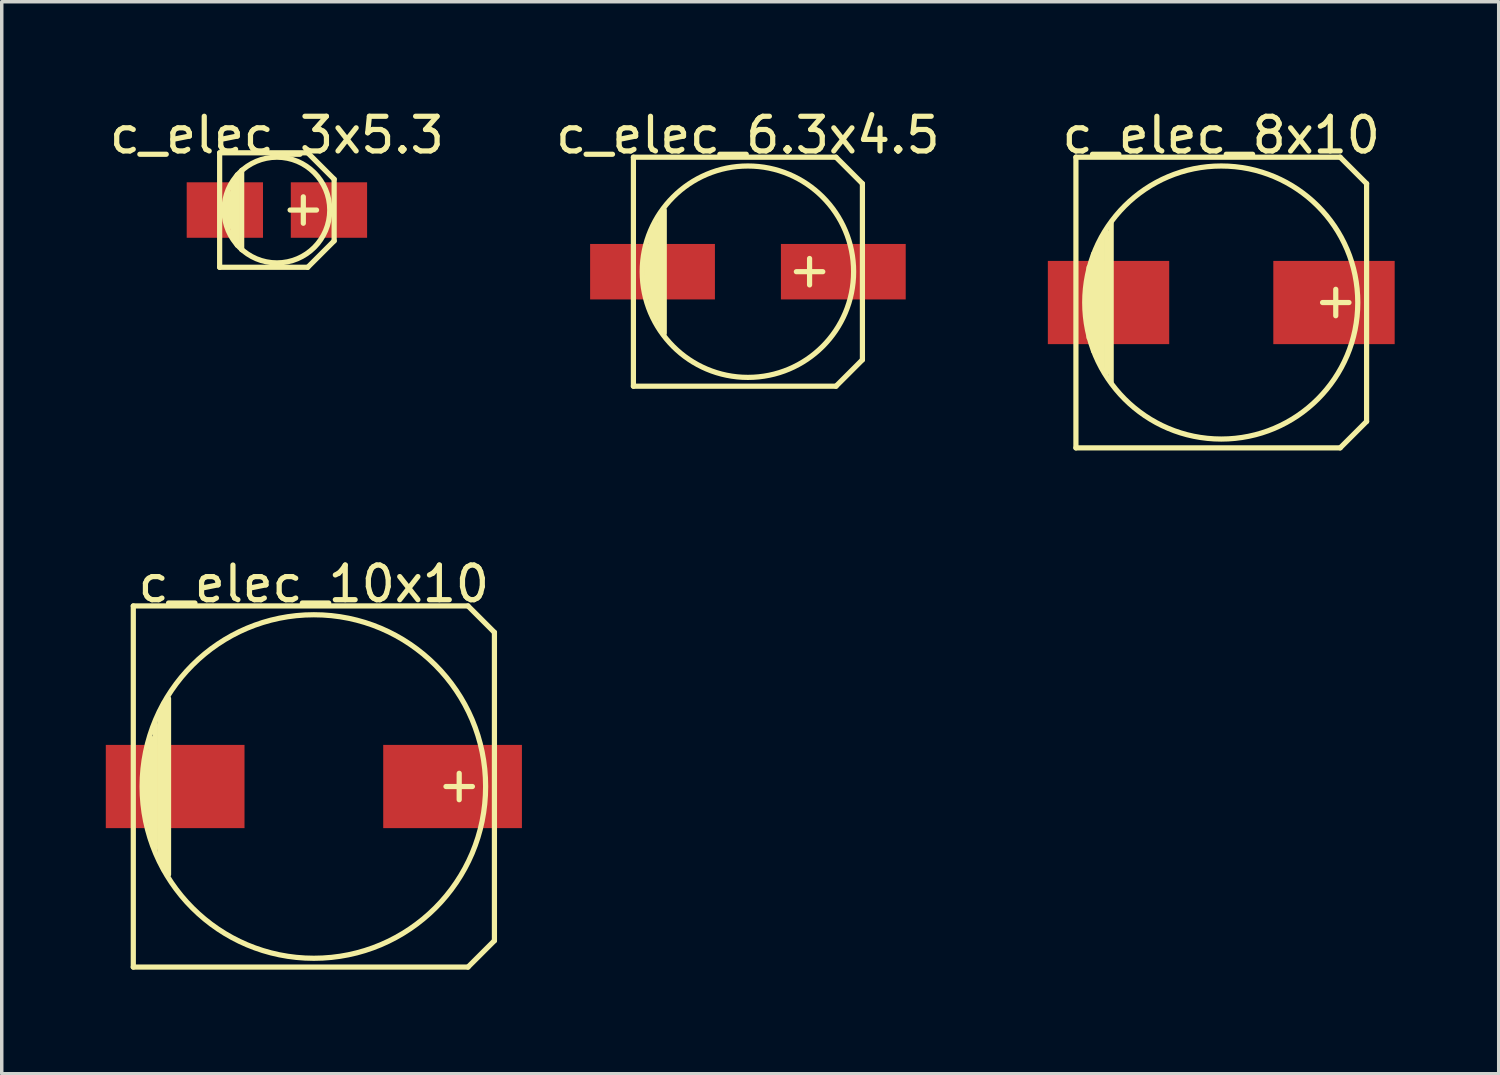
<source format=kicad_pcb>
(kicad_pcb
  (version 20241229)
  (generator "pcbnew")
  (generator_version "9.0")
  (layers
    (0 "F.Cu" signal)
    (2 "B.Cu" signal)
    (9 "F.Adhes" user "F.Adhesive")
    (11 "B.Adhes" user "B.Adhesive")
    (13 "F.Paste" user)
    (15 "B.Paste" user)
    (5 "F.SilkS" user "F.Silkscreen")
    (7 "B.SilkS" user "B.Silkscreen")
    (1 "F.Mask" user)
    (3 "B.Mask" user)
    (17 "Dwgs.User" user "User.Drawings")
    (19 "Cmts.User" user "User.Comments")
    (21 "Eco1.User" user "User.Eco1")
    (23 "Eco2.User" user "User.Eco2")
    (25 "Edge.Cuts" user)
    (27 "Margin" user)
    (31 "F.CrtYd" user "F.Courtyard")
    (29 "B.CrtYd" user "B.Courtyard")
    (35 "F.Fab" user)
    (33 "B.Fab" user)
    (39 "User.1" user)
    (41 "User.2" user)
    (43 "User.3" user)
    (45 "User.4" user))
  (footprint "c_elec_3x5.3"
    (layer "F.Cu")
    (at 4.935 3.007)
    (property "Reference" "c_elec_3x5.3" (at 0 -2.159 0) (layer "F.SilkS") (effects (font (size 1 1) (thickness 0.15))))
    (attr through_hole)
    (fp_line (start -1.651 -1.651) (end -1.651 1.651) (stroke (width 0.15) (type solid)) (layer "F.SilkS"))
    (fp_line (start -1.651 1.651) (end 0.889 1.651) (stroke (width 0.15) (type solid)) (layer "F.SilkS"))
    (fp_line (start -1.397 -0.508) (end -1.397 0.508) (stroke (width 0.15) (type solid)) (layer "F.SilkS"))
    (fp_line (start -1.27 -0.762) (end -1.27 0.762) (stroke (width 0.15) (type solid)) (layer "F.SilkS"))
    (fp_line (start -1.143 -1.016) (end -1.143 1.016) (stroke (width 0.15) (type solid)) (layer "F.SilkS"))
    (fp_line (start -1.016 -1.143) (end -1.016 1.143) (stroke (width 0.15) (type solid)) (layer "F.SilkS"))
    (fp_line (start 0.762 -0.381) (end 0.762 0.381) (stroke (width 0.15) (type solid)) (layer "F.SilkS"))
    (fp_line (start 0.889 -1.651) (end -1.651 -1.651) (stroke (width 0.15) (type solid)) (layer "F.SilkS"))
    (fp_line (start 0.889 1.651) (end 1.651 0.889) (stroke (width 0.15) (type solid)) (layer "F.SilkS"))
    (fp_line (start 1.143 0) (end 0.381 0) (stroke (width 0.15) (type solid)) (layer "F.SilkS"))
    (fp_line (start 1.651 -0.889) (end 0.889 -1.651) (stroke (width 0.15) (type solid)) (layer "F.SilkS"))
    (fp_line (start 1.651 0.889) (end 1.651 -0.889) (stroke (width 0.15) (type solid)) (layer "F.SilkS"))
    (fp_circle (center 0 0) (end 1.524 0) (stroke (width 0.15) (type solid)) (fill no) (layer "F.SilkS"))
    (pad "1" smd rect (at 1.501 0) (size 2.2 1.6) (layers "F.Cu" "F.Mask" "F.Paste"))
    (pad "2" smd rect (at -1.501 0) (size 2.2 1.6) (layers "F.Cu" "F.Mask" "F.Paste")))
  (footprint "c_elec_8x10"
    (layer "F.Cu")
    (at 32.168 5.674)
    (property "Reference" "c_elec_8x10" (at 0 -4.826 0) (layer "F.SilkS") (effects (font (size 1 1) (thickness 0.15))))
    (attr through_hole)
    (fp_line (start -4.191 -4.191) (end -4.191 4.191) (stroke (width 0.15) (type solid)) (layer "F.SilkS"))
    (fp_line (start -4.191 4.191) (end 3.429 4.191) (stroke (width 0.15) (type solid)) (layer "F.SilkS"))
    (fp_line (start -3.81 -1.016) (end -3.81 1.016) (stroke (width 0.15) (type solid)) (layer "F.SilkS"))
    (fp_line (start -3.683 1.397) (end -3.683 -1.397) (stroke (width 0.15) (type solid)) (layer "F.SilkS"))
    (fp_line (start -3.556 -1.651) (end -3.556 1.651) (stroke (width 0.15) (type solid)) (layer "F.SilkS"))
    (fp_line (start -3.429 1.905) (end -3.429 -1.905) (stroke (width 0.15) (type solid)) (layer "F.SilkS"))
    (fp_line (start -3.302 2.032) (end -3.302 -2.032) (stroke (width 0.15) (type solid)) (layer "F.SilkS"))
    (fp_line (start -3.175 -2.286) (end -3.175 2.286) (stroke (width 0.15) (type solid)) (layer "F.SilkS"))
    (fp_line (start 3.302 -0.381) (end 3.302 0.381) (stroke (width 0.15) (type solid)) (layer "F.SilkS"))
    (fp_line (start 3.429 -4.191) (end -4.191 -4.191) (stroke (width 0.15) (type solid)) (layer "F.SilkS"))
    (fp_line (start 3.429 4.191) (end 4.191 3.429) (stroke (width 0.15) (type solid)) (layer "F.SilkS"))
    (fp_line (start 3.683 0) (end 2.921 0) (stroke (width 0.15) (type solid)) (layer "F.SilkS"))
    (fp_line (start 4.191 -3.429) (end 3.429 -4.191) (stroke (width 0.15) (type solid)) (layer "F.SilkS"))
    (fp_line (start 4.191 3.429) (end 4.191 -3.429) (stroke (width 0.15) (type solid)) (layer "F.SilkS"))
    (fp_circle (center 0 0) (end 3.937 0) (stroke (width 0.15) (type solid)) (fill no) (layer "F.SilkS"))
    (pad "1" smd rect (at 3.251 0) (size 3.5 2.4) (layers "F.Cu" "F.Mask" "F.Paste"))
    (pad "2" smd rect (at -3.251 0) (size 3.5 2.4) (layers "F.Cu" "F.Mask" "F.Paste")))
  (footprint "c_elec_6.3x4.5"
    (layer "F.Cu")
    (at 18.518 4.785)
    (property "Reference" "c_elec_6.3x4.5" (at 0 -3.937 0) (layer "F.SilkS") (effects (font (size 1 1) (thickness 0.15))))
    (attr through_hole)
    (fp_line (start -3.302 -3.302) (end -3.302 3.302) (stroke (width 0.15) (type solid)) (layer "F.SilkS"))
    (fp_line (start -3.302 3.302) (end 2.54 3.302) (stroke (width 0.15) (type solid)) (layer "F.SilkS"))
    (fp_line (start -2.921 -0.762) (end -2.921 0.762) (stroke (width 0.15) (type solid)) (layer "F.SilkS"))
    (fp_line (start -2.794 1.143) (end -2.794 -1.143) (stroke (width 0.15) (type solid)) (layer "F.SilkS"))
    (fp_line (start -2.667 -1.397) (end -2.667 1.397) (stroke (width 0.15) (type solid)) (layer "F.SilkS"))
    (fp_line (start -2.54 1.651) (end -2.54 -1.651) (stroke (width 0.15) (type solid)) (layer "F.SilkS"))
    (fp_line (start -2.413 -1.778) (end -2.413 1.778) (stroke (width 0.15) (type solid)) (layer "F.SilkS"))
    (fp_line (start 1.778 -0.381) (end 1.778 0.381) (stroke (width 0.15) (type solid)) (layer "F.SilkS"))
    (fp_line (start 2.159 0) (end 1.397 0) (stroke (width 0.15) (type solid)) (layer "F.SilkS"))
    (fp_line (start 2.54 -3.302) (end -3.302 -3.302) (stroke (width 0.15) (type solid)) (layer "F.SilkS"))
    (fp_line (start 2.54 3.302) (end 3.302 2.54) (stroke (width 0.15) (type solid)) (layer "F.SilkS"))
    (fp_line (start 3.302 -2.54) (end 2.54 -3.302) (stroke (width 0.15) (type solid)) (layer "F.SilkS"))
    (fp_line (start 3.302 2.54) (end 3.302 -2.54) (stroke (width 0.15) (type solid)) (layer "F.SilkS"))
    (fp_circle (center 0 0) (end -3.048 0) (stroke (width 0.15) (type solid)) (fill no) (layer "F.SilkS"))
    (pad "1" smd rect (at 2.751 0) (size 3.599 1.6) (layers "F.Cu" "F.Mask" "F.Paste"))
    (pad "2" smd rect (at -2.751 0) (size 3.599 1.6) (layers "F.Cu" "F.Mask" "F.Paste")))
  (footprint "c_elec_10x10"
    (layer "F.Cu")
    (at 6.001 19.631)
    (property "Reference" "c_elec_10x10" (at 0 -5.842 0) (layer "F.SilkS") (effects (font (size 1 1) (thickness 0.15))))
    (attr through_hole)
    (fp_line (start -5.207 -5.207) (end -5.207 5.207) (stroke (width 0.15) (type solid)) (layer "F.SilkS"))
    (fp_line (start -5.207 5.207) (end 4.445 5.207) (stroke (width 0.15) (type solid)) (layer "F.SilkS"))
    (fp_line (start -4.826 1.016) (end -4.826 -1.016) (stroke (width 0.15) (type solid)) (layer "F.SilkS"))
    (fp_line (start -4.699 -1.397) (end -4.699 1.524) (stroke (width 0.15) (type solid)) (layer "F.SilkS"))
    (fp_line (start -4.572 1.778) (end -4.572 -1.778) (stroke (width 0.15) (type solid)) (layer "F.SilkS"))
    (fp_line (start -4.445 -2.159) (end -4.445 2.159) (stroke (width 0.15) (type solid)) (layer "F.SilkS"))
    (fp_line (start -4.318 2.413) (end -4.318 -2.413) (stroke (width 0.15) (type solid)) (layer "F.SilkS"))
    (fp_line (start -4.191 -2.54) (end -4.191 2.54) (stroke (width 0.15) (type solid)) (layer "F.SilkS"))
    (fp_line (start 4.191 -0.381) (end 4.191 0.381) (stroke (width 0.15) (type solid)) (layer "F.SilkS"))
    (fp_line (start 4.445 -5.207) (end -5.207 -5.207) (stroke (width 0.15) (type solid)) (layer "F.SilkS"))
    (fp_line (start 4.445 5.207) (end 5.207 4.445) (stroke (width 0.15) (type solid)) (layer "F.SilkS"))
    (fp_line (start 4.572 0) (end 3.81 0) (stroke (width 0.15) (type solid)) (layer "F.SilkS"))
    (fp_line (start 5.207 -4.445) (end 4.445 -5.207) (stroke (width 0.15) (type solid)) (layer "F.SilkS"))
    (fp_line (start 5.207 4.445) (end 5.207 -4.445) (stroke (width 0.15) (type solid)) (layer "F.SilkS"))
    (fp_circle (center 0 0) (end 4.953 0) (stroke (width 0.15) (type solid)) (fill no) (layer "F.SilkS"))
    (pad "1" smd rect (at 4 0) (size 4 2.4) (layers "F.Cu" "F.Mask" "F.Paste"))
    (pad "2" smd rect (at -4 0) (size 4 2.4) (layers "F.Cu" "F.Mask" "F.Paste")))
  (gr_rect
    (start -3 -3)
    (end 40.169 27.913)
    (stroke (width 0.1) (type default))
    (fill no)
    (layer "Edge.Cuts")))
</source>
